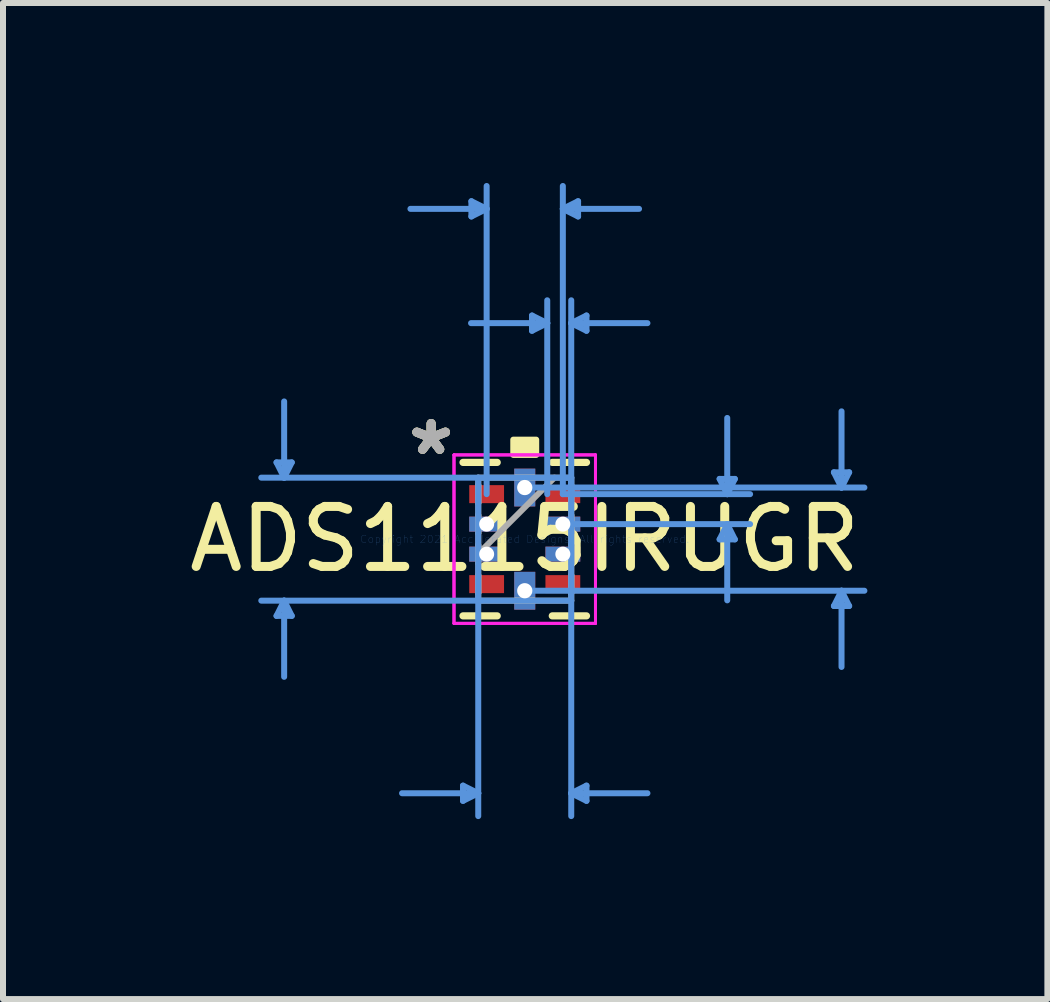
<source format=kicad_pcb>
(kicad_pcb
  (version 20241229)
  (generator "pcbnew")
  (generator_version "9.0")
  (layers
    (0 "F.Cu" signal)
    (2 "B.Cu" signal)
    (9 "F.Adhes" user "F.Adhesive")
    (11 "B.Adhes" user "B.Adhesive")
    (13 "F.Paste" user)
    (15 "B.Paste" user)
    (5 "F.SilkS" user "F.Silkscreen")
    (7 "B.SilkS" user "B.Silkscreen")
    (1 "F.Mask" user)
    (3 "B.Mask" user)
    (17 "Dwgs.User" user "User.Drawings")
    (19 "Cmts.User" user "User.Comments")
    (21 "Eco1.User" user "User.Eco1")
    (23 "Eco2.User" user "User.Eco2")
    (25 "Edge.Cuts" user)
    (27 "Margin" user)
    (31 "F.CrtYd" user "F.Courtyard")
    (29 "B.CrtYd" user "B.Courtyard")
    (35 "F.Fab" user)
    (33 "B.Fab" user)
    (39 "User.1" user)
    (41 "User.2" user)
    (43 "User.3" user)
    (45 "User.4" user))
  (footprint "ADS1115IRUGR"
    (layer "F.Cu")
    (at 5.696 5.936)
    (property "Reference" "ADS1115IRUGR" (at 0 0 0) (layer "F.SilkS") (effects (font (size 1 1) (thickness 0.15))))
    (attr through_hole)
    (fp_poly (pts (xy -0.975 -0.95) (xy -0.975 -0.55) (xy -0.295 -0.55) (xy -0.295 -0.95)) (stroke (width 0.1) (type solid)) (fill yes) (layer "F.Mask"))
    (fp_poly (pts (xy -0.975 -0.45) (xy -0.975 -0.05) (xy -0.295 -0.05) (xy -0.295 -0.45)) (stroke (width 0.1) (type solid)) (fill yes) (layer "F.Mask"))
    (fp_poly (pts (xy -0.975 0.05) (xy -0.975 0.45) (xy -0.295 0.45) (xy -0.295 0.05)) (stroke (width 0.1) (type solid)) (fill yes) (layer "F.Mask"))
    (fp_poly (pts (xy -0.975 0.55) (xy -0.975 0.95) (xy -0.295 0.95) (xy -0.295 0.55)) (stroke (width 0.1) (type solid)) (fill yes) (layer "F.Mask"))
    (fp_poly (pts (xy -0.2 -1.2) (xy -0.2 -0.52) (xy 0.2 -0.52) (xy 0.2 -1.2)) (stroke (width 0.1) (type solid)) (fill yes) (layer "F.Mask"))
    (fp_poly (pts (xy -0.2 0.52) (xy -0.2 1.2) (xy 0.2 1.2) (xy 0.2 0.52)) (stroke (width 0.1) (type solid)) (fill yes) (layer "F.Mask"))
    (fp_poly (pts (xy 0.295 -0.95) (xy 0.295 -0.55) (xy 0.975 -0.55) (xy 0.975 -0.95)) (stroke (width 0.1) (type solid)) (fill yes) (layer "F.Mask"))
    (fp_poly (pts (xy 0.295 -0.45) (xy 0.295 -0.05) (xy 0.975 -0.05) (xy 0.975 -0.45)) (stroke (width 0.1) (type solid)) (fill yes) (layer "F.Mask"))
    (fp_poly (pts (xy 0.295 0.05) (xy 0.295 0.45) (xy 0.975 0.45) (xy 0.975 0.05)) (stroke (width 0.1) (type solid)) (fill yes) (layer "F.Mask"))
    (fp_poly (pts (xy 0.295 0.55) (xy 0.295 0.95) (xy 0.975 0.95) (xy 0.975 0.55)) (stroke (width 0.1) (type solid)) (fill yes) (layer "F.Mask"))
    (fp_line (start -1.029 1.279) (end -0.459 1.279) (stroke (width 0.12) (type solid)) (layer "F.SilkS"))
    (fp_line (start -0.459 -1.279) (end -1.029 -1.279) (stroke (width 0.12) (type solid)) (layer "F.SilkS"))
    (fp_line (start 0.459 1.279) (end 1.029 1.279) (stroke (width 0.12) (type solid)) (layer "F.SilkS"))
    (fp_line (start 1.029 -1.279) (end 0.459 -1.279) (stroke (width 0.12) (type solid)) (layer "F.SilkS"))
    (fp_poly (pts (xy -0.191 -1.404) (xy -0.191 -1.658) (xy 0.191 -1.658) (xy 0.191 -1.404)) (stroke (width 0.1) (type solid)) (fill yes) (layer "F.SilkS"))
    (fp_poly (pts (xy -0.9 -0.875) (xy -0.9 -0.625) (xy -0.37 -0.625) (xy -0.37 -0.875)) (stroke (width 0.1) (type solid)) (fill yes) (layer "F.Paste"))
    (fp_poly (pts (xy -0.9 -0.375) (xy -0.9 -0.125) (xy -0.37 -0.125) (xy -0.37 -0.375)) (stroke (width 0.1) (type solid)) (fill yes) (layer "F.Paste"))
    (fp_poly (pts (xy -0.9 0.125) (xy -0.9 0.375) (xy -0.37 0.375) (xy -0.37 0.125)) (stroke (width 0.1) (type solid)) (fill yes) (layer "F.Paste"))
    (fp_poly (pts (xy -0.9 0.625) (xy -0.9 0.875) (xy -0.37 0.875) (xy -0.37 0.625)) (stroke (width 0.1) (type solid)) (fill yes) (layer "F.Paste"))
    (fp_poly (pts (xy -0.125 -1.125) (xy -0.125 -0.595) (xy 0.125 -0.595) (xy 0.125 -1.125)) (stroke (width 0.1) (type solid)) (fill yes) (layer "F.Paste"))
    (fp_poly (pts (xy -0.125 0.595) (xy -0.125 1.125) (xy 0.125 1.125) (xy 0.125 0.595)) (stroke (width 0.1) (type solid)) (fill yes) (layer "F.Paste"))
    (fp_poly (pts (xy 0.37 -0.875) (xy 0.37 -0.625) (xy 0.9 -0.625) (xy 0.9 -0.875)) (stroke (width 0.1) (type solid)) (fill yes) (layer "F.Paste"))
    (fp_poly (pts (xy 0.37 -0.375) (xy 0.37 -0.125) (xy 0.9 -0.125) (xy 0.9 -0.375)) (stroke (width 0.1) (type solid)) (fill yes) (layer "F.Paste"))
    (fp_poly (pts (xy 0.37 0.125) (xy 0.37 0.375) (xy 0.9 0.375) (xy 0.9 0.125)) (stroke (width 0.1) (type solid)) (fill yes) (layer "F.Paste"))
    (fp_poly (pts (xy 0.37 0.625) (xy 0.37 0.875) (xy 0.9 0.875) (xy 0.9 0.625)) (stroke (width 0.1) (type solid)) (fill yes) (layer "F.Paste"))
    (fp_line (start -4.137 -1.279) (end -3.883 -1.279) (stroke (width 0.1) (type solid)) (layer "Cmts.User"))
    (fp_line (start -4.137 1.279) (end -3.883 1.279) (stroke (width 0.1) (type solid)) (layer "Cmts.User"))
    (fp_line (start -4.01 -1.025) (end -4.137 -1.279) (stroke (width 0.1) (type solid)) (layer "Cmts.User"))
    (fp_line (start -4.01 -1.025) (end -4.01 -2.295) (stroke (width 0.1) (type solid)) (layer "Cmts.User"))
    (fp_line (start -4.01 -1.025) (end -3.883 -1.279) (stroke (width 0.1) (type solid)) (layer "Cmts.User"))
    (fp_line (start -4.01 1.025) (end -4.137 1.279) (stroke (width 0.1) (type solid)) (layer "Cmts.User"))
    (fp_line (start -4.01 1.025) (end -4.01 2.295) (stroke (width 0.1) (type solid)) (layer "Cmts.User"))
    (fp_line (start -4.01 1.025) (end -3.883 1.279) (stroke (width 0.1) (type solid)) (layer "Cmts.User"))
    (fp_line (start -1.029 4.108) (end -1.029 4.362) (stroke (width 0.1) (type solid)) (layer "Cmts.User"))
    (fp_line (start -0.889 -5.632) (end -0.889 -5.378) (stroke (width 0.1) (type solid)) (layer "Cmts.User"))
    (fp_line (start -0.775 -1.025) (end -0.775 4.616) (stroke (width 0.1) (type solid)) (layer "Cmts.User"))
    (fp_line (start -0.775 4.235) (end -2.045 4.235) (stroke (width 0.1) (type solid)) (layer "Cmts.User"))
    (fp_line (start -0.775 4.235) (end -1.029 4.108) (stroke (width 0.1) (type solid)) (layer "Cmts.User"))
    (fp_line (start -0.775 4.235) (end -1.029 4.362) (stroke (width 0.1) (type solid)) (layer "Cmts.User"))
    (fp_line (start -0.635 -5.505) (end -1.905 -5.505) (stroke (width 0.1) (type solid)) (layer "Cmts.User"))
    (fp_line (start -0.635 -5.505) (end -0.889 -5.632) (stroke (width 0.1) (type solid)) (layer "Cmts.User"))
    (fp_line (start -0.635 -5.505) (end -0.889 -5.378) (stroke (width 0.1) (type solid)) (layer "Cmts.User"))
    (fp_line (start -0.635 -0.75) (end -0.635 -5.886) (stroke (width 0.1) (type solid)) (layer "Cmts.User"))
    (fp_line (start 0 -0.86) (end 5.661 -0.86) (stroke (width 0.1) (type solid)) (layer "Cmts.User"))
    (fp_line (start 0 0.86) (end 5.661 0.86) (stroke (width 0.1) (type solid)) (layer "Cmts.User"))
    (fp_line (start 0.121 -3.727) (end 0.121 -3.473) (stroke (width 0.1) (type solid)) (layer "Cmts.User"))
    (fp_line (start 0.375 -3.6) (end -0.895 -3.6) (stroke (width 0.1) (type solid)) (layer "Cmts.User"))
    (fp_line (start 0.375 -3.6) (end 0.121 -3.727) (stroke (width 0.1) (type solid)) (layer "Cmts.User"))
    (fp_line (start 0.375 -3.6) (end 0.121 -3.473) (stroke (width 0.1) (type solid)) (layer "Cmts.User"))
    (fp_line (start 0.375 -0.75) (end 0.375 -3.981) (stroke (width 0.1) (type solid)) (layer "Cmts.User"))
    (fp_line (start 0.635 -5.505) (end 0.889 -5.632) (stroke (width 0.1) (type solid)) (layer "Cmts.User"))
    (fp_line (start 0.635 -5.505) (end 0.889 -5.378) (stroke (width 0.1) (type solid)) (layer "Cmts.User"))
    (fp_line (start 0.635 -5.505) (end 1.905 -5.505) (stroke (width 0.1) (type solid)) (layer "Cmts.User"))
    (fp_line (start 0.635 -0.75) (end 0.635 -5.886) (stroke (width 0.1) (type solid)) (layer "Cmts.User"))
    (fp_line (start 0.635 -0.75) (end 3.756 -0.75) (stroke (width 0.1) (type solid)) (layer "Cmts.User"))
    (fp_line (start 0.635 -0.25) (end 3.756 -0.25) (stroke (width 0.1) (type solid)) (layer "Cmts.User"))
    (fp_line (start 0.775 -3.6) (end 1.029 -3.727) (stroke (width 0.1) (type solid)) (layer "Cmts.User"))
    (fp_line (start 0.775 -3.6) (end 1.029 -3.473) (stroke (width 0.1) (type solid)) (layer "Cmts.User"))
    (fp_line (start 0.775 -3.6) (end 2.045 -3.6) (stroke (width 0.1) (type solid)) (layer "Cmts.User"))
    (fp_line (start 0.775 -1.025) (end -4.391 -1.025) (stroke (width 0.1) (type solid)) (layer "Cmts.User"))
    (fp_line (start 0.775 -1.025) (end 0.775 4.616) (stroke (width 0.1) (type solid)) (layer "Cmts.User"))
    (fp_line (start 0.775 -0.75) (end 0.775 -3.981) (stroke (width 0.1) (type solid)) (layer "Cmts.User"))
    (fp_line (start 0.775 1.025) (end -4.391 1.025) (stroke (width 0.1) (type solid)) (layer "Cmts.User"))
    (fp_line (start 0.775 4.235) (end 1.029 4.108) (stroke (width 0.1) (type solid)) (layer "Cmts.User"))
    (fp_line (start 0.775 4.235) (end 1.029 4.362) (stroke (width 0.1) (type solid)) (layer "Cmts.User"))
    (fp_line (start 0.775 4.235) (end 2.045 4.235) (stroke (width 0.1) (type solid)) (layer "Cmts.User"))
    (fp_line (start 0.889 -5.632) (end 0.889 -5.378) (stroke (width 0.1) (type solid)) (layer "Cmts.User"))
    (fp_line (start 1.029 -3.727) (end 1.029 -3.473) (stroke (width 0.1) (type solid)) (layer "Cmts.User"))
    (fp_line (start 1.029 4.108) (end 1.029 4.362) (stroke (width 0.1) (type solid)) (layer "Cmts.User"))
    (fp_line (start 3.248 -1.004) (end 3.502 -1.004) (stroke (width 0.1) (type solid)) (layer "Cmts.User"))
    (fp_line (start 3.248 0.004) (end 3.502 0.004) (stroke (width 0.1) (type solid)) (layer "Cmts.User"))
    (fp_line (start 3.375 -0.75) (end 3.248 -1.004) (stroke (width 0.1) (type solid)) (layer "Cmts.User"))
    (fp_line (start 3.375 -0.75) (end 3.375 -2.02) (stroke (width 0.1) (type solid)) (layer "Cmts.User"))
    (fp_line (start 3.375 -0.75) (end 3.502 -1.004) (stroke (width 0.1) (type solid)) (layer "Cmts.User"))
    (fp_line (start 3.375 -0.25) (end 3.248 0.004) (stroke (width 0.1) (type solid)) (layer "Cmts.User"))
    (fp_line (start 3.375 -0.25) (end 3.375 1.02) (stroke (width 0.1) (type solid)) (layer "Cmts.User"))
    (fp_line (start 3.375 -0.25) (end 3.502 0.004) (stroke (width 0.1) (type solid)) (layer "Cmts.User"))
    (fp_line (start 5.153 -1.114) (end 5.407 -1.114) (stroke (width 0.1) (type solid)) (layer "Cmts.User"))
    (fp_line (start 5.153 1.114) (end 5.407 1.114) (stroke (width 0.1) (type solid)) (layer "Cmts.User"))
    (fp_line (start 5.28 -0.86) (end 5.153 -1.114) (stroke (width 0.1) (type solid)) (layer "Cmts.User"))
    (fp_line (start 5.28 -0.86) (end 5.28 -2.13) (stroke (width 0.1) (type solid)) (layer "Cmts.User"))
    (fp_line (start 5.28 -0.86) (end 5.407 -1.114) (stroke (width 0.1) (type solid)) (layer "Cmts.User"))
    (fp_line (start 5.28 0.86) (end 5.153 1.114) (stroke (width 0.1) (type solid)) (layer "Cmts.User"))
    (fp_line (start 5.28 0.86) (end 5.28 2.13) (stroke (width 0.1) (type solid)) (layer "Cmts.User"))
    (fp_line (start 5.28 0.86) (end 5.407 1.114) (stroke (width 0.1) (type solid)) (layer "Cmts.User"))
    (fp_line (start -1.179 -1.404) (end 1.179 -1.404) (stroke (width 0.05) (type solid)) (layer "F.CrtYd"))
    (fp_line (start -1.179 -1.404) (end 1.179 -1.404) (stroke (width 0.05) (type solid)) (layer "F.CrtYd"))
    (fp_line (start -1.179 1.404) (end -1.179 -1.404) (stroke (width 0.05) (type solid)) (layer "F.CrtYd"))
    (fp_line (start -1.179 1.404) (end -1.179 -1.404) (stroke (width 0.05) (type solid)) (layer "F.CrtYd"))
    (fp_line (start 1.179 -1.404) (end 1.179 1.404) (stroke (width 0.05) (type solid)) (layer "F.CrtYd"))
    (fp_line (start 1.179 -1.404) (end 1.179 1.404) (stroke (width 0.05) (type solid)) (layer "F.CrtYd"))
    (fp_line (start 1.179 1.404) (end -1.179 1.404) (stroke (width 0.05) (type solid)) (layer "F.CrtYd"))
    (fp_line (start 1.179 1.404) (end -1.179 1.404) (stroke (width 0.05) (type solid)) (layer "F.CrtYd"))
    (fp_line (start -0.775 -1.025) (end -0.775 1.025) (stroke (width 0.1) (type solid)) (layer "F.Fab"))
    (fp_line (start -0.775 -0.9) (end -0.775 -0.9) (stroke (width 0.1) (type solid)) (layer "F.Fab"))
    (fp_line (start -0.775 -0.9) (end -0.775 -0.6) (stroke (width 0.1) (type solid)) (layer "F.Fab"))
    (fp_line (start -0.775 -0.6) (end -0.775 -0.9) (stroke (width 0.1) (type solid)) (layer "F.Fab"))
    (fp_line (start -0.775 -0.6) (end -0.775 -0.6) (stroke (width 0.1) (type solid)) (layer "F.Fab"))
    (fp_line (start -0.775 -0.4) (end -0.775 -0.4) (stroke (width 0.1) (type solid)) (layer "F.Fab"))
    (fp_line (start -0.775 -0.4) (end -0.775 -0.1) (stroke (width 0.1) (type solid)) (layer "F.Fab"))
    (fp_line (start -0.775 -0.1) (end -0.775 -0.4) (stroke (width 0.1) (type solid)) (layer "F.Fab"))
    (fp_line (start -0.775 -0.1) (end -0.775 -0.1) (stroke (width 0.1) (type solid)) (layer "F.Fab"))
    (fp_line (start -0.775 0.1) (end -0.775 0.1) (stroke (width 0.1) (type solid)) (layer "F.Fab"))
    (fp_line (start -0.775 0.1) (end -0.775 0.4) (stroke (width 0.1) (type solid)) (layer "F.Fab"))
    (fp_line (start -0.775 0.245) (end 0.495 -1.025) (stroke (width 0.1) (type solid)) (layer "F.Fab"))
    (fp_line (start -0.775 0.4) (end -0.775 0.1) (stroke (width 0.1) (type solid)) (layer "F.Fab"))
    (fp_line (start -0.775 0.4) (end -0.775 0.4) (stroke (width 0.1) (type solid)) (layer "F.Fab"))
    (fp_line (start -0.775 0.6) (end -0.775 0.6) (stroke (width 0.1) (type solid)) (layer "F.Fab"))
    (fp_line (start -0.775 0.6) (end -0.775 0.9) (stroke (width 0.1) (type solid)) (layer "F.Fab"))
    (fp_line (start -0.775 0.9) (end -0.775 0.6) (stroke (width 0.1) (type solid)) (layer "F.Fab"))
    (fp_line (start -0.775 0.9) (end -0.775 0.9) (stroke (width 0.1) (type solid)) (layer "F.Fab"))
    (fp_line (start -0.775 1.025) (end 0.775 1.025) (stroke (width 0.1) (type solid)) (layer "F.Fab"))
    (fp_line (start -0.15 -1.025) (end -0.15 -1.025) (stroke (width 0.1) (type solid)) (layer "F.Fab"))
    (fp_line (start -0.15 -1.025) (end 0.15 -1.025) (stroke (width 0.1) (type solid)) (layer "F.Fab"))
    (fp_line (start -0.15 1.025) (end -0.15 1.025) (stroke (width 0.1) (type solid)) (layer "F.Fab"))
    (fp_line (start -0.15 1.025) (end 0.15 1.025) (stroke (width 0.1) (type solid)) (layer "F.Fab"))
    (fp_line (start 0.15 -1.025) (end -0.15 -1.025) (stroke (width 0.1) (type solid)) (layer "F.Fab"))
    (fp_line (start 0.15 -1.025) (end 0.15 -1.025) (stroke (width 0.1) (type solid)) (layer "F.Fab"))
    (fp_line (start 0.15 1.025) (end -0.15 1.025) (stroke (width 0.1) (type solid)) (layer "F.Fab"))
    (fp_line (start 0.15 1.025) (end 0.15 1.025) (stroke (width 0.1) (type solid)) (layer "F.Fab"))
    (fp_line (start 0.775 -1.025) (end -0.775 -1.025) (stroke (width 0.1) (type solid)) (layer "F.Fab"))
    (fp_line (start 0.775 -0.9) (end 0.775 -0.9) (stroke (width 0.1) (type solid)) (layer "F.Fab"))
    (fp_line (start 0.775 -0.9) (end 0.775 -0.6) (stroke (width 0.1) (type solid)) (layer "F.Fab"))
    (fp_line (start 0.775 -0.6) (end 0.775 -0.9) (stroke (width 0.1) (type solid)) (layer "F.Fab"))
    (fp_line (start 0.775 -0.6) (end 0.775 -0.6) (stroke (width 0.1) (type solid)) (layer "F.Fab"))
    (fp_line (start 0.775 -0.4) (end 0.775 -0.4) (stroke (width 0.1) (type solid)) (layer "F.Fab"))
    (fp_line (start 0.775 -0.4) (end 0.775 -0.1) (stroke (width 0.1) (type solid)) (layer "F.Fab"))
    (fp_line (start 0.775 -0.1) (end 0.775 -0.4) (stroke (width 0.1) (type solid)) (layer "F.Fab"))
    (fp_line (start 0.775 -0.1) (end 0.775 -0.1) (stroke (width 0.1) (type solid)) (layer "F.Fab"))
    (fp_line (start 0.775 0.1) (end 0.775 0.1) (stroke (width 0.1) (type solid)) (layer "F.Fab"))
    (fp_line (start 0.775 0.1) (end 0.775 0.4) (stroke (width 0.1) (type solid)) (layer "F.Fab"))
    (fp_line (start 0.775 0.4) (end 0.775 0.1) (stroke (width 0.1) (type solid)) (layer "F.Fab"))
    (fp_line (start 0.775 0.4) (end 0.775 0.4) (stroke (width 0.1) (type solid)) (layer "F.Fab"))
    (fp_line (start 0.775 0.6) (end 0.775 0.6) (stroke (width 0.1) (type solid)) (layer "F.Fab"))
    (fp_line (start 0.775 0.6) (end 0.775 0.9) (stroke (width 0.1) (type solid)) (layer "F.Fab"))
    (fp_line (start 0.775 0.9) (end 0.775 0.6) (stroke (width 0.1) (type solid)) (layer "F.Fab"))
    (fp_line (start 0.775 0.9) (end 0.775 0.9) (stroke (width 0.1) (type solid)) (layer "F.Fab"))
    (fp_line (start 0.775 1.025) (end 0.775 -1.025) (stroke (width 0.1) (type solid)) (layer "F.Fab"))
    (fp_text user "*" (at -1.56 -1.381 0) (layer "F.SilkS") (effects (font (size 1 1) (thickness 0.15))))
    (fp_text user "*" (at -1.56 -1.381 0) (layer "F.SilkS") (effects (font (size 1 1) (thickness 0.15))))
    (fp_text user "Copyright 2021 Accelerated Designs. All rights reserved." (at 0 0 0) (layer "Cmts.User") (effects (font (size 0.127 0.127) (thickness 0.002))))
    (fp_text user "*" (at -1.56 -1.381 0) (layer "F.Fab") (effects (font (size 1 1) (thickness 0.15))))
    (fp_text user "*" (at -1.56 -1.381 0) (layer "F.Fab") (effects (font (size 1 1) (thickness 0.15))))
    (pad "" np_thru_hole rect (at -0.635 -0.25 90) (size 0.25 0.58) (drill 0.254) (layers "*.Cu" "*.Mask"))
    (pad "" np_thru_hole rect (at -0.635 0.25 90) (size 0.25 0.58) (drill 0.254) (layers "*.Cu" "*.Mask"))
    (pad "" np_thru_hole rect (at 0.635 -0.25 90) (size 0.25 0.58) (drill 0.254) (layers "*.Cu" "*.Mask"))
    (pad "" np_thru_hole rect (at 0.635 0.25 90) (size 0.25 0.58) (drill 0.254) (layers "*.Cu" "*.Mask"))
    (pad "1" smd rect (at -0.635 -0.75 90) (size 0.3 0.58) (layers "F.Cu" "F.Mask"))
    (pad "4" smd rect (at -0.635 0.75 90) (size 0.3 0.58) (layers "F.Cu" "F.Mask"))
    (pad "5" thru_hole rect (at 0 0.86) (size 0.35 0.63) (drill 0.254) (layers "*.Cu" "*.Mask"))
    (pad "6" smd rect (at 0.635 0.75 90) (size 0.3 0.58) (layers "F.Cu" "F.Mask"))
    (pad "9" smd rect (at 0.635 -0.75 90) (size 0.3 0.58) (layers "F.Cu" "F.Mask"))
    (pad "10" thru_hole rect (at 0 -0.86) (size 0.35 0.63) (drill 0.254) (layers "*.Cu" "*.Mask")))
  (gr_rect
    (start -3 -3)
    (end 14.407 13.602)
    (stroke (width 0.1) (type default))
    (fill no)
    (layer "Edge.Cuts")))
</source>
